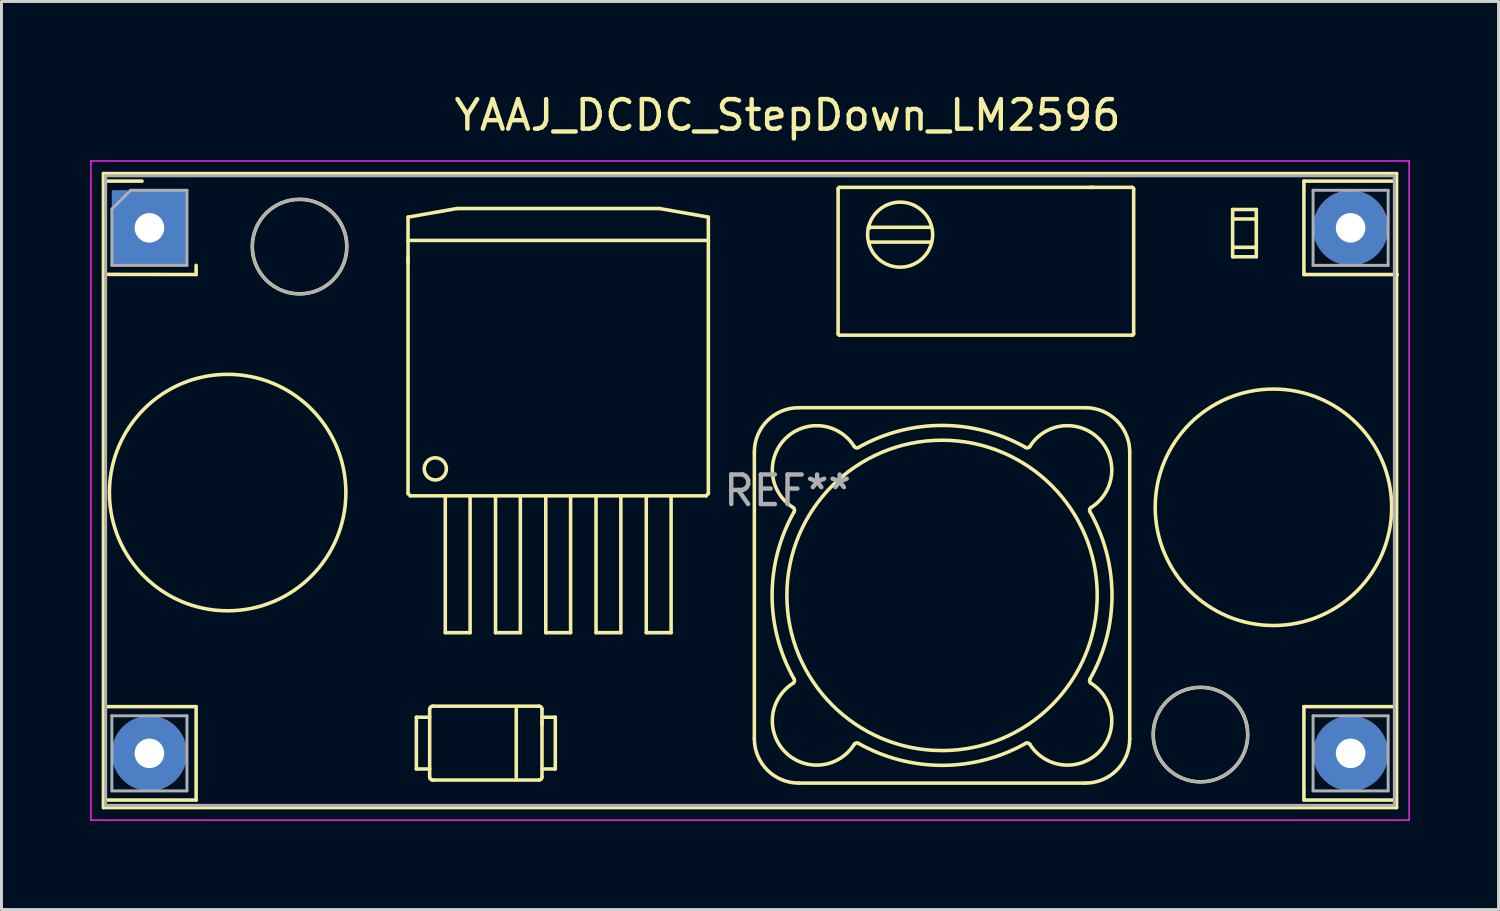
<source format=kicad_pcb>
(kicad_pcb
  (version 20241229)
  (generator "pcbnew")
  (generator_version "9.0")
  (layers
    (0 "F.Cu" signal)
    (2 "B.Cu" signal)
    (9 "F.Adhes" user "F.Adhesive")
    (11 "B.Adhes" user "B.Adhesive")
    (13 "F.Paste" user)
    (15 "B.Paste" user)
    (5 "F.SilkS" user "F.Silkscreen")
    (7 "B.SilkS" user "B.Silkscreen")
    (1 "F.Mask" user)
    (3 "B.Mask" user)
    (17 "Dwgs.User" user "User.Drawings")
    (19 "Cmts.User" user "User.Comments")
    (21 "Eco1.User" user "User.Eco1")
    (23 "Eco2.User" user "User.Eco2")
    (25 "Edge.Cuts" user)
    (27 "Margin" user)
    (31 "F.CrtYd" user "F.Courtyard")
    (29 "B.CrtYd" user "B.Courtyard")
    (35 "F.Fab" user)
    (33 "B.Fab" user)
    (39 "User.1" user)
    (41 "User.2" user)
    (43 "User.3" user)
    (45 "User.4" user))
  (footprint "YAAJ_DCDC_StepDown_LM2596"
    (layer "F.Cu")
    (at 2.005 4.658)
    (property "Reference" "YAAJ_DCDC_StepDown_LM2596" (at 21.59 -3.81 0) (layer "F.SilkS") (effects (font (size 1 1) (thickness 0.15))))
    (attr through_hole)
    (fp_line (start -1.555 -1.835) (end -1.555 19.615) (stroke (width 0.12) (type solid)) (layer "F.SilkS"))
    (fp_line (start -1.555 19.615) (end 42.195 19.615) (stroke (width 0.12) (type solid)) (layer "F.SilkS"))
    (fp_line (start -1.55 -1.58) (end -0.25 -1.58) (stroke (width 0.12) (type solid)) (layer "F.SilkS"))
    (fp_line (start -1.55 1.575) (end 1.58 1.58) (stroke (width 0.12) (type solid)) (layer "F.SilkS"))
    (fp_line (start -1.55 16.2) (end 1.58 16.2) (stroke (width 0.12) (type solid)) (layer "F.SilkS"))
    (fp_line (start -1.55 19.36) (end 1.58 19.36) (stroke (width 0.12) (type solid)) (layer "F.SilkS"))
    (fp_line (start 1.58 1.27) (end 1.58 1.58) (stroke (width 0.12) (type solid)) (layer "F.SilkS"))
    (fp_line (start 1.58 16.2) (end 1.58 19.36) (stroke (width 0.12) (type solid)) (layer "F.SilkS"))
    (fp_line (start 8.749 1.004) (end 8.749 1.166) (stroke (width 0.12) (type solid)) (layer "F.SilkS"))
    (fp_line (start 8.75 -0.362) (end 10.4 -0.653) (stroke (width 0.12) (type solid)) (layer "F.SilkS"))
    (fp_line (start 8.75 8.989) (end 8.75 -0.362) (stroke (width 0.12) (type solid)) (layer "F.SilkS"))
    (fp_line (start 8.75 8.989) (end 8.828 9.067) (stroke (width 0.12) (type solid)) (layer "F.SilkS"))
    (fp_line (start 8.828 9.067) (end 18.833 9.067) (stroke (width 0.12) (type solid)) (layer "F.SilkS"))
    (fp_line (start 9.032 16.558) (end 9.482 16.558) (stroke (width 0.12) (type solid)) (layer "F.SilkS"))
    (fp_line (start 9.032 18.308) (end 9.032 16.558) (stroke (width 0.12) (type solid)) (layer "F.SilkS"))
    (fp_line (start 9.482 18.308) (end 9.032 18.308) (stroke (width 0.12) (type solid)) (layer "F.SilkS"))
    (fp_line (start 9.482 18.583) (end 9.482 16.283) (stroke (width 0.12) (type solid)) (layer "F.SilkS"))
    (fp_line (start 9.582 16.183) (end 13.182 16.183) (stroke (width 0.12) (type solid)) (layer "F.SilkS"))
    (fp_line (start 10.01 13.697) (end 10.01 9.067) (stroke (width 0.12) (type solid)) (layer "F.SilkS"))
    (fp_line (start 10.01 13.697) (end 10.85 13.697) (stroke (width 0.12) (type solid)) (layer "F.SilkS"))
    (fp_line (start 10.4 -0.653) (end 17.26 -0.653) (stroke (width 0.12) (type solid)) (layer "F.SilkS"))
    (fp_line (start 10.85 13.697) (end 10.85 9.067) (stroke (width 0.12) (type solid)) (layer "F.SilkS"))
    (fp_line (start 11.71 13.697) (end 11.71 9.067) (stroke (width 0.12) (type solid)) (layer "F.SilkS"))
    (fp_line (start 11.71 13.697) (end 12.55 13.697) (stroke (width 0.12) (type solid)) (layer "F.SilkS"))
    (fp_line (start 12.411 16.283) (end 12.411 18.583) (stroke (width 0.12) (type solid)) (layer "F.SilkS"))
    (fp_line (start 12.55 13.697) (end 12.55 9.067) (stroke (width 0.12) (type solid)) (layer "F.SilkS"))
    (fp_line (start 13.182 18.683) (end 9.582 18.683) (stroke (width 0.12) (type solid)) (layer "F.SilkS"))
    (fp_line (start 13.282 16.283) (end 13.282 18.583) (stroke (width 0.12) (type solid)) (layer "F.SilkS"))
    (fp_line (start 13.282 16.558) (end 13.732 16.558) (stroke (width 0.12) (type solid)) (layer "F.SilkS"))
    (fp_line (start 13.283 16.795) (end 13.283 16.7) (stroke (width 0.12) (type solid)) (layer "F.SilkS"))
    (fp_line (start 13.41 13.697) (end 13.41 9.067) (stroke (width 0.12) (type solid)) (layer "F.SilkS"))
    (fp_line (start 13.41 13.697) (end 14.25 13.697) (stroke (width 0.12) (type solid)) (layer "F.SilkS"))
    (fp_line (start 13.732 16.558) (end 13.732 18.308) (stroke (width 0.12) (type solid)) (layer "F.SilkS"))
    (fp_line (start 13.732 18.308) (end 13.282 18.308) (stroke (width 0.12) (type solid)) (layer "F.SilkS"))
    (fp_line (start 14.25 13.697) (end 14.25 9.067) (stroke (width 0.12) (type solid)) (layer "F.SilkS"))
    (fp_line (start 15.11 13.697) (end 15.11 9.067) (stroke (width 0.12) (type solid)) (layer "F.SilkS"))
    (fp_line (start 15.11 13.697) (end 15.95 13.697) (stroke (width 0.12) (type solid)) (layer "F.SilkS"))
    (fp_line (start 15.95 13.697) (end 15.95 9.067) (stroke (width 0.12) (type solid)) (layer "F.SilkS"))
    (fp_line (start 16.81 13.697) (end 16.81 9.067) (stroke (width 0.12) (type solid)) (layer "F.SilkS"))
    (fp_line (start 16.81 13.697) (end 17.65 13.697) (stroke (width 0.12) (type solid)) (layer "F.SilkS"))
    (fp_line (start 17.26 -0.653) (end 18.91 -0.362) (stroke (width 0.12) (type solid)) (layer "F.SilkS"))
    (fp_line (start 17.65 13.697) (end 17.65 9.067) (stroke (width 0.12) (type solid)) (layer "F.SilkS"))
    (fp_line (start 18.833 9.067) (end 18.91 8.989) (stroke (width 0.12) (type solid)) (layer "F.SilkS"))
    (fp_line (start 18.91 0.427) (end 8.75 0.427) (stroke (width 0.12) (type solid)) (layer "F.SilkS"))
    (fp_line (start 18.91 8.989) (end 18.91 -0.362) (stroke (width 0.12) (type solid)) (layer "F.SilkS"))
    (fp_line (start 20.467 7.586) (end 20.467 17.286) (stroke (width 0.12) (type solid)) (layer "F.SilkS"))
    (fp_line (start 21.967 18.786) (end 31.667 18.786) (stroke (width 0.12) (type solid)) (layer "F.SilkS"))
    (fp_line (start 23.3 3.582) (end 23.3 -1.318) (stroke (width 0.12) (type solid)) (layer "F.SilkS"))
    (fp_line (start 23.35 -1.368) (end 33.25 -1.368) (stroke (width 0.12) (type solid)) (layer "F.SilkS"))
    (fp_line (start 24.336 -0.049) (end 24.361 -0.018) (stroke (width 0.12) (type solid)) (layer "F.SilkS"))
    (fp_line (start 24.349 0.007) (end 24.324 0.002) (stroke (width 0.12) (type solid)) (layer "F.SilkS"))
    (fp_line (start 24.349 0.007) (end 24.356 -0.024) (stroke (width 0.12) (type solid)) (layer "F.SilkS"))
    (fp_line (start 24.349 0.007) (end 24.361 -0.018) (stroke (width 0.12) (type solid)) (layer "F.SilkS"))
    (fp_line (start 24.361 0.482) (end 26.439 0.482) (stroke (width 0.12) (type solid)) (layer "F.SilkS"))
    (fp_line (start 26.439 -0.018) (end 24.361 -0.018) (stroke (width 0.12) (type solid)) (layer "F.SilkS"))
    (fp_line (start 31.667 6.086) (end 21.967 6.086) (stroke (width 0.12) (type solid)) (layer "F.SilkS"))
    (fp_line (start 31.859 -1.369) (end 31.814 -1.369) (stroke (width 0.12) (type solid)) (layer "F.SilkS"))
    (fp_line (start 31.942 -1.369) (end 31.908 -1.369) (stroke (width 0.12) (type solid)) (layer "F.SilkS"))
    (fp_line (start 33.167 17.286) (end 33.167 7.586) (stroke (width 0.12) (type solid)) (layer "F.SilkS"))
    (fp_line (start 33.25 3.632) (end 23.35 3.632) (stroke (width 0.12) (type solid)) (layer "F.SilkS"))
    (fp_line (start 33.3 -1.318) (end 33.3 3.582) (stroke (width 0.12) (type solid)) (layer "F.SilkS"))
    (fp_line (start 36.649 -0.3) (end 37.449 -0.3) (stroke (width 0.12) (type solid)) (layer "F.SilkS"))
    (fp_line (start 36.649 0.98) (end 36.649 -0.62) (stroke (width 0.12) (type solid)) (layer "F.SilkS"))
    (fp_line (start 37.449 -0.62) (end 36.649 -0.62) (stroke (width 0.12) (type solid)) (layer "F.SilkS"))
    (fp_line (start 37.449 -0.62) (end 37.449 0.98) (stroke (width 0.12) (type solid)) (layer "F.SilkS"))
    (fp_line (start 37.449 0.66) (end 36.649 0.66) (stroke (width 0.12) (type solid)) (layer "F.SilkS"))
    (fp_line (start 37.449 0.98) (end 36.649 0.98) (stroke (width 0.12) (type solid)) (layer "F.SilkS"))
    (fp_line (start 39.06 -1.58) (end 42.175 -1.58) (stroke (width 0.12) (type solid)) (layer "F.SilkS"))
    (fp_line (start 39.06 1.58) (end 39.06 -1.58) (stroke (width 0.12) (type solid)) (layer "F.SilkS"))
    (fp_line (start 39.06 1.58) (end 42.22 1.58) (stroke (width 0.12) (type solid)) (layer "F.SilkS"))
    (fp_line (start 39.06 16.2) (end 42.175 16.2) (stroke (width 0.12) (type solid)) (layer "F.SilkS"))
    (fp_line (start 39.06 19.36) (end 39.06 16.2) (stroke (width 0.12) (type solid)) (layer "F.SilkS"))
    (fp_line (start 39.06 19.36) (end 42.175 19.36) (stroke (width 0.12) (type solid)) (layer "F.SilkS"))
    (fp_line (start 42.195 -1.835) (end -1.555 -1.835) (stroke (width 0.12) (type solid)) (layer "F.SilkS"))
    (fp_line (start 42.195 19.615) (end 42.195 -1.835) (stroke (width 0.12) (type solid)) (layer "F.SilkS"))
    (fp_arc (start 9.481636 16.283217) (mid 9.510925 16.212506) (end 9.581636 16.183217) (stroke (width 0.12) (type solid)) (layer "F.SilkS"))
    (fp_arc (start 9.581636 18.683217) (mid 9.510925 18.653928) (end 9.481636 18.583217) (stroke (width 0.12) (type solid)) (layer "F.SilkS"))
    (fp_arc (start 13.181636 16.183217) (mid 13.252347 16.212506) (end 13.281636 16.283217) (stroke (width 0.12) (type solid)) (layer "F.SilkS"))
    (fp_arc (start 13.281636 18.583217) (mid 13.252347 18.653928) (end 13.181636 18.683217) (stroke (width 0.12) (type solid)) (layer "F.SilkS"))
    (fp_arc (start 20.467397 7.585796) (mid 20.906737 6.525136) (end 21.967397 6.085796) (stroke (width 0.12) (type solid)) (layer "F.SilkS"))
    (fp_arc (start 21.781131 9.46601) (mid 21.825145 9.526245) (end 21.815218 9.600183) (stroke (width 0.12) (type solid)) (layer "F.SilkS"))
    (fp_arc (start 21.781132 9.466011) (mid 21.514096 7.132496) (end 23.847611 7.399531) (stroke (width 0.12) (type solid)) (layer "F.SilkS"))
    (fp_arc (start 21.815217 15.271409) (mid 21.825145 15.345347) (end 21.781132 15.405582) (stroke (width 0.12) (type solid)) (layer "F.SilkS"))
    (fp_arc (start 21.815218 15.27141) (mid 21.067397 12.435796) (end 21.815218 9.600183) (stroke (width 0.12) (type solid)) (layer "F.SilkS"))
    (fp_arc (start 21.967397 18.785796) (mid 20.906737 18.346456) (end 20.467397 17.285796) (stroke (width 0.12) (type solid)) (layer "F.SilkS"))
    (fp_arc (start 23.299783 -1.317705) (mid 23.314428 -1.35306) (end 23.349783 -1.367705) (stroke (width 0.12) (type solid)) (layer "F.SilkS"))
    (fp_arc (start 23.349783 3.632294) (mid 23.314428 3.617649) (end 23.299783 3.582294) (stroke (width 0.12) (type solid)) (layer "F.SilkS"))
    (fp_arc (start 23.847611 17.472062) (mid 21.514095 17.739097) (end 21.781132 15.405582) (stroke (width 0.12) (type solid)) (layer "F.SilkS"))
    (fp_arc (start 23.847611 17.472062) (mid 23.907845 17.428049) (end 23.981783 17.437976) (stroke (width 0.12) (type solid)) (layer "F.SilkS"))
    (fp_arc (start 23.981783 7.433617) (mid 23.907845 7.443544) (end 23.847611 7.399531) (stroke (width 0.12) (type solid)) (layer "F.SilkS"))
    (fp_arc (start 23.981784 7.433617) (mid 26.817397 6.685796) (end 29.653011 7.433617) (stroke (width 0.12) (type solid)) (layer "F.SilkS"))
    (fp_arc (start 24.324148 0.462527) (mid 26.469605 -0.023594) (end 24.336385 0.51369) (stroke (width 0.12) (type solid)) (layer "F.SilkS"))
    (fp_arc (start 29.653011 17.437976) (mid 26.817397 18.185797) (end 23.981783 17.437976) (stroke (width 0.12) (type solid)) (layer "F.SilkS"))
    (fp_arc (start 29.653011 17.437976) (mid 29.726949 17.428049) (end 29.787183 17.472062) (stroke (width 0.12) (type solid)) (layer "F.SilkS"))
    (fp_arc (start 29.787183 7.399531) (mid 29.726949 7.443544) (end 29.653011 7.433617) (stroke (width 0.12) (type solid)) (layer "F.SilkS"))
    (fp_arc (start 29.787183 7.399531) (mid 32.120699 7.132496) (end 31.853662 9.466011) (stroke (width 0.12) (type solid)) (layer "F.SilkS"))
    (fp_arc (start 31.667397 6.085796) (mid 32.728057 6.525136) (end 33.167397 7.585796) (stroke (width 0.12) (type solid)) (layer "F.SilkS"))
    (fp_arc (start 31.819576 9.600183) (mid 32.567397 12.435796) (end 31.819576 15.27141) (stroke (width 0.12) (type solid)) (layer "F.SilkS"))
    (fp_arc (start 31.819577 9.600184) (mid 31.809649 9.526246) (end 31.853662 9.466011) (stroke (width 0.12) (type solid)) (layer "F.SilkS"))
    (fp_arc (start 31.853662 15.405582) (mid 32.120698 17.739097) (end 29.787183 17.472062) (stroke (width 0.12) (type solid)) (layer "F.SilkS"))
    (fp_arc (start 31.853663 15.405583) (mid 31.809649 15.345348) (end 31.819576 15.27141) (stroke (width 0.12) (type solid)) (layer "F.SilkS"))
    (fp_arc (start 33.167397 17.285796) (mid 32.728057 18.346456) (end 31.667397 18.785796) (stroke (width 0.12) (type solid)) (layer "F.SilkS"))
    (fp_arc (start 33.249783 -1.367705) (mid 33.285138 -1.35306) (end 33.299783 -1.317705) (stroke (width 0.12) (type solid)) (layer "F.SilkS"))
    (fp_arc (start 33.299783 3.582294) (mid 33.285138 3.617649) (end 33.249783 3.632294) (stroke (width 0.12) (type solid)) (layer "F.SilkS"))
    (fp_circle (center 2.647 8.957) (end 6.647 8.957) (stroke (width 0.12) (type solid)) (fill no) (layer "F.SilkS"))
    (fp_circle (center 5.08 0.635) (end 6.679 0.635) (stroke (width 0.12) (type solid)) (fill no) (layer "F.SilkS"))
    (fp_circle (center 9.673 8.155) (end 10.048 8.155) (stroke (width 0.12) (type solid)) (fill no) (layer "F.SilkS"))
    (fp_circle (center 26.817 12.436) (end 32.067 12.436) (stroke (width 0.12) (type solid)) (fill no) (layer "F.SilkS"))
    (fp_circle (center 35.56 17.145) (end 37.159 17.145) (stroke (width 0.12) (type solid)) (fill no) (layer "F.SilkS"))
    (fp_circle (center 38.029 9.455) (end 42.029 9.455) (stroke (width 0.12) (type solid)) (fill no) (layer "F.SilkS"))
    (fp_line (start -1.98 -2.26) (end 42.62 -2.26) (stroke (width 0.05) (type solid)) (layer "F.CrtYd"))
    (fp_line (start -1.98 20.04) (end -1.98 -2.26) (stroke (width 0.05) (type solid)) (layer "F.CrtYd"))
    (fp_line (start 42.62 -2.26) (end 42.62 20.04) (stroke (width 0.05) (type solid)) (layer "F.CrtYd"))
    (fp_line (start 42.62 20.04) (end -1.98 20.04) (stroke (width 0.05) (type solid)) (layer "F.CrtYd"))
    (fp_line (start -1.48 -1.76) (end -1.48 19.54) (stroke (width 0.1) (type solid)) (layer "F.Fab"))
    (fp_line (start -1.48 19.54) (end 42.12 19.54) (stroke (width 0.1) (type solid)) (layer "F.Fab"))
    (fp_line (start -1.27 -0.635) (end -0.635 -1.27) (stroke (width 0.1) (type solid)) (layer "F.Fab"))
    (fp_line (start -1.27 1.27) (end -1.27 -0.635) (stroke (width 0.1) (type solid)) (layer "F.Fab"))
    (fp_line (start -1.27 16.51) (end 1.27 16.51) (stroke (width 0.1) (type solid)) (layer "F.Fab"))
    (fp_line (start -1.27 19.05) (end -1.27 16.51) (stroke (width 0.1) (type solid)) (layer "F.Fab"))
    (fp_line (start -0.635 -1.27) (end 1.27 -1.27) (stroke (width 0.1) (type solid)) (layer "F.Fab"))
    (fp_line (start 1.27 -1.27) (end 1.27 1.27) (stroke (width 0.1) (type solid)) (layer "F.Fab"))
    (fp_line (start 1.27 1.27) (end -1.27 1.27) (stroke (width 0.1) (type solid)) (layer "F.Fab"))
    (fp_line (start 1.27 16.51) (end 1.27 19.05) (stroke (width 0.1) (type solid)) (layer "F.Fab"))
    (fp_line (start 1.27 19.05) (end -1.27 19.05) (stroke (width 0.1) (type solid)) (layer "F.Fab"))
    (fp_line (start 39.37 -1.27) (end 41.91 -1.27) (stroke (width 0.1) (type solid)) (layer "F.Fab"))
    (fp_line (start 39.37 1.27) (end 39.37 -1.27) (stroke (width 0.1) (type solid)) (layer "F.Fab"))
    (fp_line (start 39.37 16.51) (end 41.91 16.51) (stroke (width 0.1) (type solid)) (layer "F.Fab"))
    (fp_line (start 39.37 19.05) (end 39.37 16.51) (stroke (width 0.1) (type solid)) (layer "F.Fab"))
    (fp_line (start 41.91 -1.27) (end 41.91 1.27) (stroke (width 0.1) (type solid)) (layer "F.Fab"))
    (fp_line (start 41.91 1.27) (end 39.37 1.27) (stroke (width 0.1) (type solid)) (layer "F.Fab"))
    (fp_line (start 41.91 16.51) (end 41.91 19.05) (stroke (width 0.1) (type solid)) (layer "F.Fab"))
    (fp_line (start 41.91 19.05) (end 39.37 19.05) (stroke (width 0.1) (type solid)) (layer "F.Fab"))
    (fp_line (start 42.12 -1.76) (end -1.48 -1.76) (stroke (width 0.1) (type solid)) (layer "F.Fab"))
    (fp_line (start 42.12 19.54) (end 42.12 -1.76) (stroke (width 0.1) (type solid)) (layer "F.Fab"))
    (fp_circle (center 5.08 0.635) (end 6.679 0.635) (stroke (width 0.1) (type solid)) (fill no) (layer "F.Fab"))
    (fp_circle (center 35.56 17.145) (end 37.159 17.145) (stroke (width 0.1) (type solid)) (fill no) (layer "F.Fab"))
    (fp_text user "REF**" (at 21.59 8.89 0) (layer "F.Fab") (effects (font (size 1 1) (thickness 0.15))))
    (pad "1" thru_hole rect (at 0 0) (size 2.54 2.54) (drill 1) (layers "*.Cu" "*.Mask"))
    (pad "2" thru_hole circle (at 0 17.78) (size 2.54 2.54) (drill 1) (layers "*.Cu" "*.Mask"))
    (pad "3" thru_hole circle (at 40.64 17.78) (size 2.54 2.54) (drill 1) (layers "*.Cu" "*.Mask"))
    (pad "4" thru_hole circle (at 40.64 0) (size 2.54 2.54) (drill 1) (layers "*.Cu" "*.Mask")))
  (gr_rect
    (start -3 -3)
    (end 47.65 27.723)
    (stroke (width 0.1) (type default))
    (fill no)
    (layer "Edge.Cuts")))
</source>
